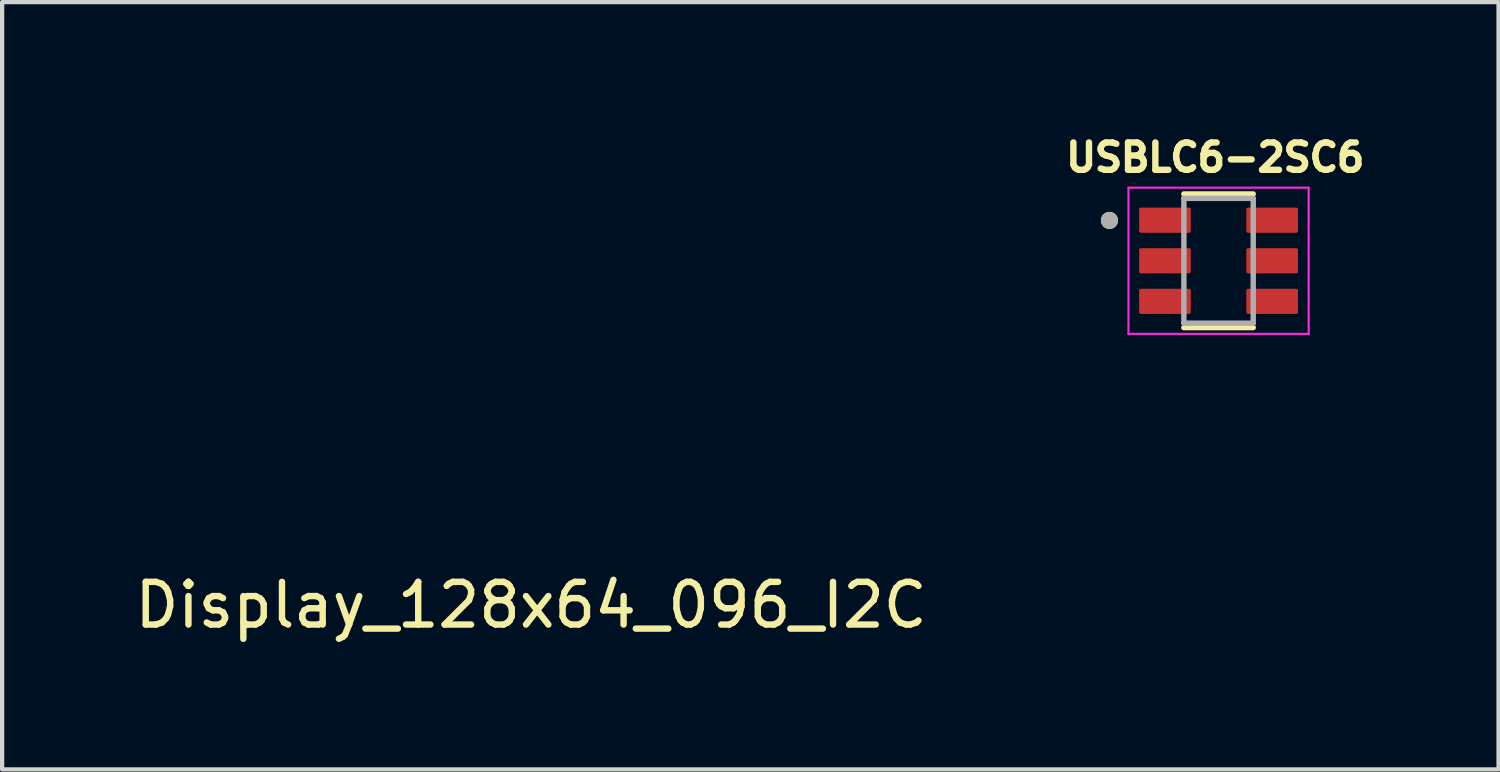
<source format=kicad_pcb>
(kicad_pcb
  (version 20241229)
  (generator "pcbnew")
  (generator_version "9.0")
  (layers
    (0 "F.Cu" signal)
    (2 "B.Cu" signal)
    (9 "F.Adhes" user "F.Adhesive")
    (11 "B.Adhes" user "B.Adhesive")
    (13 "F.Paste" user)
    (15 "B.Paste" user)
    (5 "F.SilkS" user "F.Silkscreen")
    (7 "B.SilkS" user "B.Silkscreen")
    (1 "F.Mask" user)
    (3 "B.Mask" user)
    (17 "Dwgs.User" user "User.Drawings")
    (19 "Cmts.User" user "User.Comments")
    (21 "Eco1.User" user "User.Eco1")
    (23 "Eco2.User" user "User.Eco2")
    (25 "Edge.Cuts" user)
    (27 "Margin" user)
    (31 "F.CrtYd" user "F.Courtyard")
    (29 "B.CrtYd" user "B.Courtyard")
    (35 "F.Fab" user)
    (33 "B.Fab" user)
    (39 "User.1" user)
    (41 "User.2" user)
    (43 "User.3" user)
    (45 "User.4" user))
  (footprint "Display_128x64_096_I2C"
    (layer "F.Cu")
    (at 9.616 0.25)
    (property "Reference" "Display_128x64_096_I2C" (at -0.229 10.871 0) (layer "F.SilkS") (effects (font (size 1 1) (thickness 0.15))))
    (attr through_hole))
  (footprint "USBLC6-2SC6"
    (layer "F.Cu")
    (at 25.487 3.057)
    (property "Reference" "USBLC6-2SC6" (at -0.078 -2.419 0) (layer "F.SilkS") (effects (font (size 0.64 0.64) (thickness 0.15))))
    (attr smd)
    (fp_line (start 0.812 -1.565) (end -0.812 -1.565) (stroke (width 0.127) (type solid)) (layer "F.SilkS"))
    (fp_line (start 0.812 1.565) (end -0.812 1.565) (stroke (width 0.127) (type solid)) (layer "F.SilkS"))
    (fp_circle (center -2.555 -0.945) (end -2.455 -0.945) (stroke (width 0.2) (type solid)) (fill no) (layer "F.SilkS"))
    (fp_line (start -2.11 -1.712) (end -2.11 1.712) (stroke (width 0.05) (type solid)) (layer "F.CrtYd"))
    (fp_line (start -2.11 1.712) (end 2.11 1.712) (stroke (width 0.05) (type solid)) (layer "F.CrtYd"))
    (fp_line (start 2.11 -1.712) (end -2.11 -1.712) (stroke (width 0.05) (type solid)) (layer "F.CrtYd"))
    (fp_line (start 2.11 1.712) (end 2.11 -1.712) (stroke (width 0.05) (type solid)) (layer "F.CrtYd"))
    (fp_line (start -0.812 -1.462) (end 0.812 -1.462) (stroke (width 0.127) (type solid)) (layer "F.Fab"))
    (fp_line (start -0.812 1.462) (end -0.812 -1.462) (stroke (width 0.127) (type solid)) (layer "F.Fab"))
    (fp_line (start 0.812 -1.462) (end 0.812 1.462) (stroke (width 0.127) (type solid)) (layer "F.Fab"))
    (fp_line (start 0.812 1.462) (end -0.812 1.462) (stroke (width 0.127) (type solid)) (layer "F.Fab"))
    (fp_circle (center -2.555 -0.945) (end -2.455 -0.945) (stroke (width 0.2) (type solid)) (fill no) (layer "F.Fab"))
    (pad "1" smd roundrect (at -1.255 -0.95) (size 1.21 0.59) (layers "F.Cu" "F.Mask" "F.Paste") (roundrect_rratio 0.07))
    (pad "2" smd roundrect (at -1.255 0) (size 1.21 0.59) (layers "F.Cu" "F.Mask" "F.Paste") (roundrect_rratio 0.07))
    (pad "3" smd roundrect (at -1.255 0.95) (size 1.21 0.59) (layers "F.Cu" "F.Mask" "F.Paste") (roundrect_rratio 0.07))
    (pad "4" smd roundrect (at 1.255 0.95) (size 1.21 0.59) (layers "F.Cu" "F.Mask" "F.Paste") (roundrect_rratio 0.07))
    (pad "5" smd roundrect (at 1.255 0) (size 1.21 0.59) (layers "F.Cu" "F.Mask" "F.Paste") (roundrect_rratio 0.07))
    (pad "6" smd roundrect (at 1.255 -0.95) (size 1.21 0.59) (layers "F.Cu" "F.Mask" "F.Paste") (roundrect_rratio 0.07)))
  (gr_rect
    (start -3 -3)
    (end 32.044 14.969)
    (stroke (width 0.1) (type default))
    (fill no)
    (layer "Edge.Cuts")))
</source>
